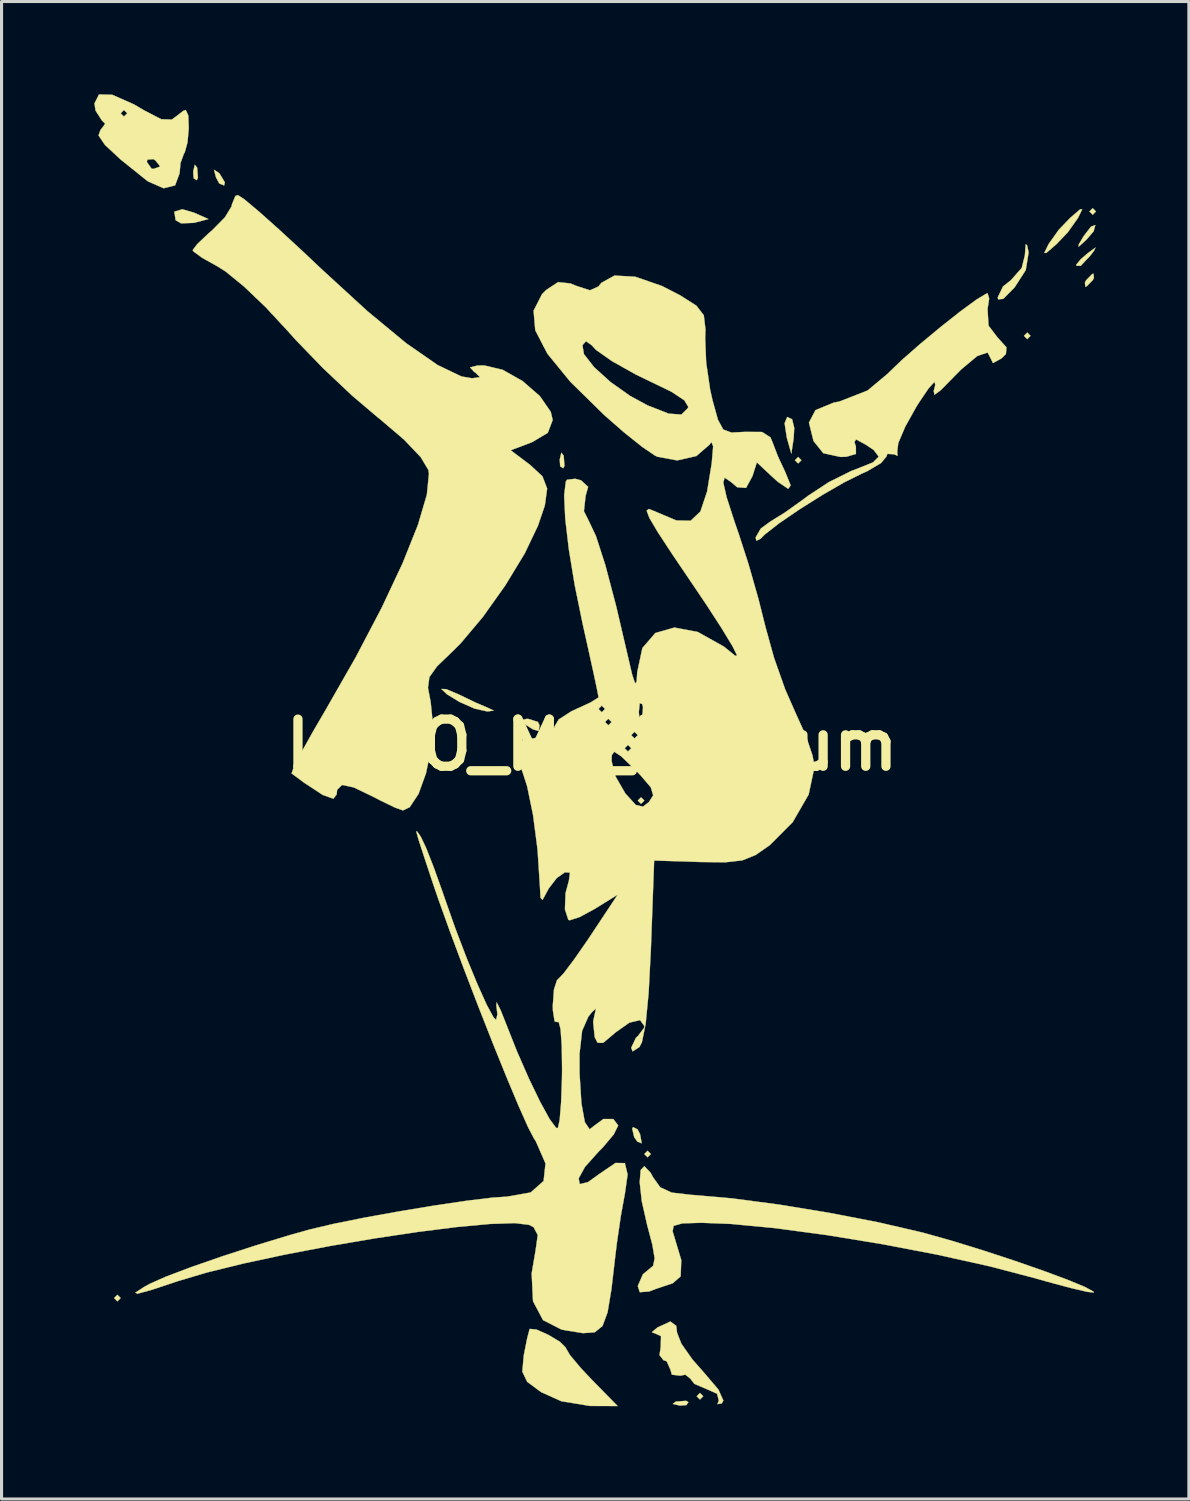
<source format=kicad_pcb>
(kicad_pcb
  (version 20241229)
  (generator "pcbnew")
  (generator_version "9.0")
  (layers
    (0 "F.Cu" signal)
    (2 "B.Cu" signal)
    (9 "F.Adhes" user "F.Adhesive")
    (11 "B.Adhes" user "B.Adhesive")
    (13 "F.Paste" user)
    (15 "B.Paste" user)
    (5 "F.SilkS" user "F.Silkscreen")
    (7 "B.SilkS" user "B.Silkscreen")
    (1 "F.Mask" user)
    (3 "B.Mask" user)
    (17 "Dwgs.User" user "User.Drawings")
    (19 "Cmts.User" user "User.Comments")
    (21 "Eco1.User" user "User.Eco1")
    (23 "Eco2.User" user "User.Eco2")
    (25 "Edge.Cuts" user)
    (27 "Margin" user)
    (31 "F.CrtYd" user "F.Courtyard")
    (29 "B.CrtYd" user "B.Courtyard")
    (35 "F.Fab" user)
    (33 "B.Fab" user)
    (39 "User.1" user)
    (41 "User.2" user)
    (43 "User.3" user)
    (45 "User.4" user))
  (footprint "LOGO_MJ_Medium"
    (layer "F.Cu")
    (at 16.092 21.039)
    (property "Reference" "LOGO_MJ_Medium" (at 0 0 0) (layer "F.SilkS") (effects (font (size 1.524 1.524) (thickness 0.3))))
    (attr through_hole)
    (fp_poly (pts (xy -15.24 17.886) (xy -15.346 17.992) (xy -15.452 17.886) (xy -15.346 17.78) (xy -15.24 17.886)) (stroke (width 0.01) (type solid)) (fill yes) (layer "F.SilkS"))
    (fp_poly (pts (xy 1.693 1.799) (xy 1.587 1.905) (xy 1.482 1.799) (xy 1.587 1.693) (xy 1.693 1.799)) (stroke (width 0.01) (type solid)) (fill yes) (layer "F.SilkS"))
    (fp_poly (pts (xy 1.905 13.229) (xy 1.799 13.335) (xy 1.693 13.229) (xy 1.799 13.123) (xy 1.905 13.229)) (stroke (width 0.01) (type solid)) (fill yes) (layer "F.SilkS"))
    (fp_poly (pts (xy 3.598 21.061) (xy 3.493 21.167) (xy 3.387 21.061) (xy 3.493 20.955) (xy 3.598 21.061)) (stroke (width 0.01) (type solid)) (fill yes) (layer "F.SilkS"))
    (fp_poly (pts (xy 6.773 -9.207) (xy 6.668 -9.102) (xy 6.562 -9.207) (xy 6.668 -9.313) (xy 6.773 -9.207)) (stroke (width 0.01) (type solid)) (fill yes) (layer "F.SilkS"))
    (fp_poly (pts (xy 14.182 -13.229) (xy 14.076 -13.123) (xy 13.97 -13.229) (xy 14.076 -13.335) (xy 14.182 -13.229)) (stroke (width 0.01) (type solid)) (fill yes) (layer "F.SilkS"))
    (fp_poly (pts (xy 16.298 -17.251) (xy 16.192 -17.145) (xy 16.087 -17.251) (xy 16.192 -17.357) (xy 16.298 -17.251)) (stroke (width 0.01) (type solid)) (fill yes) (layer "F.SilkS"))
    (fp_poly (pts (xy -12.767 -18.666) (xy -12.742 -18.336) (xy -12.784 -18.261) (xy -12.88 -18.324) (xy -12.895 -18.538) (xy -12.843 -18.764) (xy -12.767 -18.666)) (stroke (width 0.01) (type solid)) (fill yes) (layer "F.SilkS"))
    (fp_poly (pts (xy -0.914 -9.353) (xy -0.889 -9.022) (xy -0.93 -8.947) (xy -1.027 -9.01) (xy -1.042 -9.225) (xy -0.99 -9.451) (xy -0.914 -9.353)) (stroke (width 0.01) (type solid)) (fill yes) (layer "F.SilkS"))
    (fp_poly (pts (xy 3.118 21.25) (xy 3.055 21.347) (xy 2.84 21.362) (xy 2.614 21.31) (xy 2.712 21.234) (xy 3.043 21.209) (xy 3.118 21.25)) (stroke (width 0.01) (type solid)) (fill yes) (layer "F.SilkS"))
    (fp_poly (pts (xy -12.871 -17.214) (xy -12.402 -17.005) (xy -12.868 -16.883) (xy -13.284 -16.866) (xy -13.462 -16.967) (xy -13.506 -17.244) (xy -13.246 -17.322) (xy -12.871 -17.214)) (stroke (width 0.01) (type solid)) (fill yes) (layer "F.SilkS"))
    (fp_poly (pts (xy -12.067 -18.499) (xy -12.039 -18.471) (xy -11.872 -18.194) (xy -11.894 -18.092) (xy -12.052 -18.155) (xy -12.157 -18.353) (xy -12.222 -18.6) (xy -12.067 -18.499)) (stroke (width 0.01) (type solid)) (fill yes) (layer "F.SilkS"))
    (fp_poly (pts (xy 1.475 12.431) (xy 1.555 12.585) (xy 1.609 12.883) (xy 1.467 12.825) (xy 1.367 12.686) (xy 1.302 12.409) (xy 1.328 12.359) (xy 1.475 12.431)) (stroke (width 0.01) (type solid)) (fill yes) (layer "F.SilkS"))
    (fp_poly (pts (xy 6.473 -10.531) (xy 6.541 -10.249) (xy 6.522 -9.914) (xy 6.447 -9.419) (xy 6.301 -9.939) (xy 6.23 -10.4) (xy 6.313 -10.606) (xy 6.473 -10.531)) (stroke (width 0.01) (type solid)) (fill yes) (layer "F.SilkS"))
    (fp_poly (pts (xy 16.223 -16.611) (xy 15.997 -16.346) (xy 15.737 -16.109) (xy 15.743 -16.186) (xy 15.896 -16.447) (xy 16.137 -16.76) (xy 16.278 -16.813) (xy 16.223 -16.611)) (stroke (width 0.01) (type solid)) (fill yes) (layer "F.SilkS"))
    (fp_poly (pts (xy -1.75 -0.746) (xy -1.693 -0.635) (xy -1.726 -0.45) (xy -1.909 -0.505) (xy -2.117 -0.635) (xy -2.311 -0.799) (xy -2.111 -0.843) (xy -2.064 -0.843) (xy -1.75 -0.746)) (stroke (width 0.01) (type solid)) (fill yes) (layer "F.SilkS"))
    (fp_poly (pts (xy 16.232 -15.975) (xy 16.114 -15.822) (xy 15.805 -15.493) (xy 15.667 -15.494) (xy 15.663 -15.532) (xy 15.808 -15.708) (xy 16.034 -15.902) (xy 16.284 -16.085) (xy 16.232 -15.975)) (stroke (width 0.01) (type solid)) (fill yes) (layer "F.SilkS"))
    (fp_poly (pts (xy 16.232 -15.103) (xy 16.192 -15.028) (xy 15.993 -14.826) (xy 15.956 -14.817) (xy 15.941 -14.953) (xy 15.981 -15.028) (xy 16.18 -15.23) (xy 16.217 -15.24) (xy 16.232 -15.103)) (stroke (width 0.01) (type solid)) (fill yes) (layer "F.SilkS"))
    (fp_poly (pts (xy 15.853 -17.32) (xy 15.714 -17.037) (xy 15.386 -16.575) (xy 15.017 -16.19) (xy 14.692 -15.91) (xy 14.627 -15.912) (xy 14.766 -16.195) (xy 15.094 -16.657) (xy 15.463 -17.042) (xy 15.788 -17.322) (xy 15.853 -17.32)) (stroke (width 0.01) (type solid)) (fill yes) (layer "F.SilkS"))
    (fp_poly (pts (xy 14.071 -16.155) (xy 14.12 -15.924) (xy 14.028 -15.355) (xy 13.668 -14.796) (xy 13.303 -14.426) (xy 13.134 -14.408) (xy 13.123 -14.475) (xy 13.292 -14.826) (xy 13.547 -15.028) (xy 13.897 -15.425) (xy 13.999 -15.83) (xy 14.027 -16.194) (xy 14.071 -16.155)) (stroke (width 0.01) (type solid)) (fill yes) (layer "F.SilkS"))
    (fp_poly (pts (xy -4.706 -1.802) (xy -4.312 -1.635) (xy -4.286 -1.622) (xy -3.761 -1.37) (xy -3.387 -1.21) (xy -3.175 -1.111) (xy -3.366 -1.084) (xy -3.387 -1.084) (xy -3.792 -1.174) (xy -4.286 -1.391) (xy -4.691 -1.64) (xy -4.868 -1.808) (xy -4.868 -1.811) (xy -4.706 -1.802)) (stroke (width 0.01) (type solid)) (fill yes) (layer "F.SilkS"))
    (fp_poly (pts (xy -1.796 18.904) (xy -1.412 19.074) (xy -1.037 19.299) (xy -0.848 19.486) (xy -0.847 19.499) (xy -0.71 19.731) (xy -0.356 20.154) (xy -0.008 20.523) (xy 0.83 21.378) (xy -0.061 21.375) (xy -0.991 21.223) (xy -1.646 20.927) (xy -2.094 20.595) (xy -2.252 20.266) (xy -2.206 19.752) (xy -2.2 19.714) (xy -2.097 19.197) (xy -2.02 18.902) (xy -2.01 18.883) (xy -1.796 18.904)) (stroke (width 0.01) (type solid)) (fill yes) (layer "F.SilkS"))
    (fp_poly (pts (xy 2.727 18.785) (xy 2.752 19.007) (xy 2.891 19.362) (xy 3.251 19.874) (xy 3.596 20.266) (xy 4.089 20.844) (xy 4.249 21.201) (xy 4.198 21.294) (xy 4.055 21.316) (xy 4.103 21.206) (xy 4.047 20.981) (xy 3.713 20.832) (xy 3.312 20.661) (xy 3.175 20.486) (xy 3.02 20.364) (xy 2.857 20.397) (xy 2.584 20.364) (xy 2.54 20.208) (xy 2.416 19.93) (xy 2.314 19.897) (xy 2.184 19.732) (xy 2.223 19.473) (xy 2.233 19.119) (xy 2.078 19.047) (xy 1.935 18.99) (xy 2.117 18.838) (xy 2.536 18.645) (xy 2.727 18.785)) (stroke (width 0.01) (type solid)) (fill yes) (layer "F.SilkS"))
    (fp_poly (pts (xy -15.512 -21.024) (xy -14.814 -20.716) (xy -14.472 -20.515) (xy -13.924 -20.233) (xy -13.588 -20.223) (xy -13.489 -20.293) (xy -13.214 -20.505) (xy -13.134 -20.532) (xy -13.053 -20.354) (xy -13.037 -19.943) (xy -13.079 -19.482) (xy -13.169 -19.156) (xy -13.195 -19.119) (xy -13.305 -18.818) (xy -13.335 -18.486) (xy -13.479 -18.095) (xy -13.851 -18.001) (xy -14.355 -18.222) (xy -14.41 -18.263) (xy -15.142 -18.851) (xy -14.393 -18.851) (xy -14.24 -18.635) (xy -14.182 -18.627) (xy -13.976 -18.699) (xy -13.97 -18.72) (xy -14.118 -18.901) (xy -14.182 -18.944) (xy -14.377 -18.927) (xy -14.393 -18.851) (xy -15.142 -18.851) (xy -15.241 -18.93) (xy -15.747 -19.401) (xy -15.955 -19.708) (xy -15.895 -19.884) (xy -15.889 -19.888) (xy -15.741 -20.087) (xy -15.852 -20.2) (xy -15.996 -20.426) (xy -15.24 -20.426) (xy -15.134 -20.32) (xy -15.028 -20.426) (xy -15.134 -20.532) (xy -15.24 -20.426) (xy -15.996 -20.426) (xy -16.052 -20.513) (xy -16.087 -20.744) (xy -15.941 -21.034) (xy -15.512 -21.024)) (stroke (width 0.01) (type solid)) (fill yes) (layer "F.SilkS"))
    (fp_poly (pts (xy 1.897 13.835) (xy 1.974 13.978) (xy 2.208 14.305) (xy 2.579 14.476) (xy 3.226 14.551) (xy 3.286 14.554) (xy 4.54 14.664) (xy 6.054 14.864) (xy 7.679 15.131) (xy 9.267 15.438) (xy 10.67 15.763) (xy 10.795 15.796) (xy 11.679 16.046) (xy 12.657 16.348) (xy 13.65 16.674) (xy 14.581 16.998) (xy 15.371 17.291) (xy 15.943 17.527) (xy 16.219 17.678) (xy 16.229 17.708) (xy 16.01 17.684) (xy 15.48 17.56) (xy 14.736 17.361) (xy 14.34 17.248) (xy 12.852 16.858) (xy 11.163 16.483) (xy 9.377 16.142) (xy 7.6 15.851) (xy 5.935 15.627) (xy 4.488 15.489) (xy 3.536 15.452) (xy 2.921 15.471) (xy 2.641 15.552) (xy 2.608 15.731) (xy 2.638 15.822) (xy 2.888 16.658) (xy 2.869 17.184) (xy 2.613 17.408) (xy 2.064 17.591) (xy 1.852 17.673) (xy 1.547 17.697) (xy 1.482 17.496) (xy 1.647 17.117) (xy 1.811 16.982) (xy 1.98 16.84) (xy 2.027 16.6) (xy 1.952 16.156) (xy 1.781 15.508) (xy 1.61 14.75) (xy 1.544 14.142) (xy 1.575 13.745) (xy 1.695 13.622) (xy 1.897 13.835)) (stroke (width 0.01) (type solid)) (fill yes) (layer "F.SilkS"))
    (fp_poly (pts (xy 12.845 -14.431) (xy 12.793 -14.1) (xy 12.824 -13.558) (xy 13.113 -13.179) (xy 13.404 -12.857) (xy 13.386 -12.64) (xy 13.236 -12.494) (xy 12.967 -12.349) (xy 12.912 -12.462) (xy 12.795 -12.689) (xy 12.462 -12.578) (xy 11.936 -12.139) (xy 11.706 -11.906) (xy 11.276 -11.469) (xy 11.076 -11.323) (xy 11.052 -11.446) (xy 11.101 -11.642) (xy 11.079 -11.743) (xy 10.883 -11.527) (xy 10.554 -11.039) (xy 10.491 -10.938) (xy 10.129 -10.288) (xy 9.906 -9.764) (xy 9.871 -9.478) (xy 9.872 -9.477) (xy 9.882 -9.349) (xy 9.769 -9.399) (xy 9.552 -9.412) (xy 9.525 -9.329) (xy 9.348 -9.116) (xy 8.906 -8.854) (xy 8.731 -8.776) (xy 8.168 -8.497) (xy 7.458 -8.087) (xy 6.715 -7.62) (xy 6.053 -7.168) (xy 5.587 -6.804) (xy 5.454 -6.668) (xy 5.314 -6.602) (xy 5.295 -6.713) (xy 5.46 -6.998) (xy 5.768 -7.224) (xy 6.239 -7.516) (xy 6.824 -7.933) (xy 6.985 -8.055) (xy 7.662 -8.5) (xy 8.389 -8.861) (xy 8.52 -8.91) (xy 9.087 -9.136) (xy 9.274 -9.322) (xy 9.11 -9.538) (xy 8.859 -9.707) (xy 8.54 -9.88) (xy 8.487 -9.794) (xy 8.535 -9.652) (xy 8.536 -9.409) (xy 8.227 -9.319) (xy 8.032 -9.313) (xy 7.481 -9.434) (xy 7.164 -9.829) (xy 7.017 -10.424) (xy 7.227 -10.826) (xy 7.818 -11.07) (xy 8.001 -11.105) (xy 8.912 -11.461) (xy 9.55 -11.994) (xy 10.009 -12.436) (xy 10.616 -12.969) (xy 11.283 -13.522) (xy 11.921 -14.026) (xy 12.442 -14.407) (xy 12.757 -14.596) (xy 12.794 -14.605) (xy 12.845 -14.431)) (stroke (width 0.01) (type solid)) (fill yes) (layer "F.SilkS"))
    (fp_poly (pts (xy -11.237 -17.641) (xy -10.778 -17.256) (xy -10.125 -16.675) (xy -9.335 -15.946) (xy -8.75 -15.393) (xy -7.259 -14.026) (xy -6.005 -12.989) (xy -4.991 -12.285) (xy -4.221 -11.916) (xy -3.878 -11.857) (xy -3.623 -11.892) (xy -3.767 -12.037) (xy -3.81 -12.065) (xy -3.942 -12.208) (xy -3.712 -12.267) (xy -3.488 -12.273) (xy -2.889 -12.132) (xy -2.246 -11.769) (xy -1.686 -11.282) (xy -1.332 -10.772) (xy -1.27 -10.508) (xy -1.427 -10.093) (xy -1.94 -9.788) (xy -1.949 -9.785) (xy -2.627 -9.529) (xy -1.994 -9.051) (xy -1.601 -8.686) (xy -1.449 -8.292) (xy -1.523 -7.747) (xy -1.745 -7.091) (xy -2.173 -6.194) (xy -2.802 -5.159) (xy -3.528 -4.138) (xy -4.247 -3.284) (xy -4.507 -3.026) (xy -5.011 -2.54) (xy -5.257 -2.194) (xy -5.303 -1.85) (xy -5.215 -1.383) (xy -5.143 -0.675) (xy -5.203 0.128) (xy -5.367 0.917) (xy -5.607 1.582) (xy -5.893 2.013) (xy -6.114 2.117) (xy -6.37 2.025) (xy -6.846 1.795) (xy -7.04 1.693) (xy -7.703 1.373) (xy -8.082 1.294) (xy -8.24 1.451) (xy -8.255 1.602) (xy -8.363 1.739) (xy -8.705 1.617) (xy -9.309 1.221) (xy -9.713 0.921) (xy -9.646 0.726) (xy -9.399 0.245) (xy -9.015 -0.443) (xy -8.628 -1.105) (xy -7.638 -2.837) (xy -6.796 -4.444) (xy -6.12 -5.883) (xy -5.628 -7.113) (xy -5.339 -8.091) (xy -5.271 -8.774) (xy -5.289 -8.889) (xy -5.535 -9.303) (xy -6.079 -9.875) (xy -6.86 -10.54) (xy -6.915 -10.582) (xy -7.753 -11.293) (xy -8.693 -12.18) (xy -9.574 -13.091) (xy -9.853 -13.402) (xy -10.551 -14.155) (xy -11.25 -14.822) (xy -11.845 -15.308) (xy -12.102 -15.471) (xy -12.597 -15.747) (xy -12.883 -15.954) (xy -12.912 -15.999) (xy -12.765 -16.195) (xy -12.401 -16.541) (xy -12.277 -16.648) (xy -11.867 -17.064) (xy -11.651 -17.421) (xy -11.642 -17.481) (xy -11.531 -17.751) (xy -11.448 -17.78) (xy -11.237 -17.641)) (stroke (width 0.01) (type solid)) (fill yes) (layer "F.SilkS"))
    (fp_poly (pts (xy 1.401 -15.14) (xy 2.265 -14.841) (xy 2.857 -14.536) (xy 3.378 -14.204) (xy 3.617 -13.894) (xy 3.671 -13.436) (xy 3.662 -13.139) (xy 3.693 -12.37) (xy 3.822 -11.488) (xy 3.9 -11.141) (xy 4.075 -10.513) (xy 4.247 -10.198) (xy 4.513 -10.101) (xy 4.948 -10.124) (xy 5.501 -10.12) (xy 5.771 -9.947) (xy 5.832 -9.806) (xy 6.013 -9.334) (xy 6.245 -8.837) (xy 6.426 -8.393) (xy 6.347 -8.282) (xy 6.014 -8.506) (xy 5.802 -8.696) (xy 5.332 -9.138) (xy 5.192 -8.696) (xy 4.983 -8.311) (xy 4.696 -8.333) (xy 4.487 -8.509) (xy 4.292 -8.643) (xy 4.246 -8.487) (xy 4.354 -8.012) (xy 4.621 -7.186) (xy 4.742 -6.839) (xy 5.063 -5.847) (xy 5.387 -4.71) (xy 5.613 -3.81) (xy 5.887 -2.821) (xy 6.247 -1.801) (xy 6.586 -1.031) (xy 6.913 -0.309) (xy 7.134 0.345) (xy 7.197 0.708) (xy 7.008 1.602) (xy 6.492 2.497) (xy 5.752 3.24) (xy 5.293 3.559) (xy 4.864 3.732) (xy 4.314 3.795) (xy 3.495 3.786) (xy 2.011 3.738) (xy 1.905 6.622) (xy 1.833 8.018) (xy 1.737 9.019) (xy 1.615 9.614) (xy 1.535 9.769) (xy 1.313 9.911) (xy 1.27 9.791) (xy 1.426 9.462) (xy 1.482 9.419) (xy 1.685 9.149) (xy 1.693 9.089) (xy 1.557 8.899) (xy 1.211 8.98) (xy 0.749 9.306) (xy 0.707 9.345) (xy 0.361 9.634) (xy 0.183 9.632) (xy 0.089 9.451) (xy 0.038 8.951) (xy 0.084 8.731) (xy 0.132 8.521) (xy -0.007 8.649) (xy -0.115 8.784) (xy -0.318 9.244) (xy -0.402 9.987) (xy -0.401 10.622) (xy -0.341 11.588) (xy -0.23 12.198) (xy -0.075 12.429) (xy 0.092 12.299) (xy 0.37 12.096) (xy 0.691 12.098) (xy 0.847 12.302) (xy 0.847 12.307) (xy 0.705 12.594) (xy 0.351 13.016) (xy 0.212 13.155) (xy -0.227 13.647) (xy -0.429 14.016) (xy -0.396 14.201) (xy -0.133 14.139) (xy 0.242 13.871) (xy 0.762 13.517) (xy 1.064 13.522) (xy 1.153 13.89) (xy 1.067 14.499) (xy 0.935 15.224) (xy 0.807 16.1) (xy 0.757 16.51) (xy 0.629 17.609) (xy 0.505 18.349) (xy 0.341 18.79) (xy 0.091 18.994) (xy -0.288 19.021) (xy -0.841 18.932) (xy -0.99 18.903) (xy -1.583 18.599) (xy -1.906 17.987) (xy -1.95 17.089) (xy -1.824 16.351) (xy -1.753 15.849) (xy -1.886 15.595) (xy -2.034 15.519) (xy -2.495 15.463) (xy -3.297 15.49) (xy -4.368 15.589) (xy -5.637 15.749) (xy -7.031 15.958) (xy -8.48 16.205) (xy -9.912 16.478) (xy -11.255 16.766) (xy -12.437 17.056) (xy -13.387 17.338) (xy -13.431 17.353) (xy -14.254 17.626) (xy -14.696 17.746) (xy -14.768 17.713) (xy -14.485 17.528) (xy -14.302 17.427) (xy -13.788 17.198) (xy -12.972 16.889) (xy -11.961 16.538) (xy -10.862 16.181) (xy -9.78 15.852) (xy -9.116 15.666) (xy -8.353 15.486) (xy -7.354 15.285) (xy -6.229 15.082) (xy -5.09 14.893) (xy -4.048 14.739) (xy -3.212 14.638) (xy -2.741 14.606) (xy -1.983 14.472) (xy -1.564 14.101) (xy -1.502 13.535) (xy -1.816 12.815) (xy -1.871 12.733) (xy -2.062 12.369) (xy -2.368 11.683) (xy -2.76 10.749) (xy -3.208 9.642) (xy -3.682 8.437) (xy -4.154 7.208) (xy -4.593 6.031) (xy -4.97 4.981) (xy -5.153 4.445) (xy -5.438 3.585) (xy -5.607 3.064) (xy -5.677 2.818) (xy -5.663 2.784) (xy -5.582 2.898) (xy -5.531 2.976) (xy -5.365 3.325) (xy -5.117 3.956) (xy -4.833 4.748) (xy -4.761 4.958) (xy -4.419 5.929) (xy -4.056 6.881) (xy -3.706 7.732) (xy -3.404 8.402) (xy -3.184 8.807) (xy -3.101 8.89) (xy -3.058 8.714) (xy -3.093 8.414) (xy -3.079 8.324) (xy -2.952 8.578) (xy -2.785 8.999) (xy -2.423 9.912) (xy -2.04 10.785) (xy -1.676 11.54) (xy -1.37 12.097) (xy -1.161 12.38) (xy -1.103 12.392) (xy -1.045 12.137) (xy -0.998 11.566) (xy -0.97 10.786) (xy -0.966 10.494) (xy -0.977 9.724) (xy -1.016 9.183) (xy -1.078 8.95) (xy -1.108 8.964) (xy -1.207 8.942) (xy -1.263 8.589) (xy -1.267 8.431) (xy -1.228 7.906) (xy -1.129 7.604) (xy -1.105 7.585) (xy -0.915 7.385) (xy -0.567 6.923) (xy -0.129 6.292) (xy -0.054 6.179) (xy 0.831 4.843) (xy 0.087 5.303) (xy -0.398 5.566) (xy -0.716 5.669) (xy -0.763 5.657) (xy -0.874 5.316) (xy -0.854 4.792) (xy -0.746 4.39) (xy -0.711 4.13) (xy -0.876 4.118) (xy -1.139 4.305) (xy -1.398 4.642) (xy -1.441 4.722) (xy -1.597 5.011) (xy -1.663 4.943) (xy -1.684 4.551) (xy -1.76 3.383) (xy -1.905 2.265) (xy -2.096 1.338) (xy -2.238 0.896) (xy -2.381 0.522) (xy 0.635 0.522) (xy 0.763 1.019) (xy 1.073 1.558) (xy 1.087 1.576) (xy 1.418 1.941) (xy 1.649 1.994) (xy 1.84 1.849) (xy 1.98 1.629) (xy 1.902 1.37) (xy 1.561 0.971) (xy 1.388 0.795) (xy 0.946 0.368) (xy 0.722 0.221) (xy 0.643 0.327) (xy 0.635 0.522) (xy -2.381 0.522) (xy -2.462 0.311) (xy -2.476 0.106) (xy 1.058 0.106) (xy 1.164 0.212) (xy 1.27 0.106) (xy 1.164 0) (xy 1.058 0.106) (xy -2.476 0.106) (xy -2.483 0.003) (xy -2.263 -0.141) (xy -1.86 -0.218) (xy -1.544 -0.318) (xy 1.27 -0.318) (xy 1.376 -0.212) (xy 1.482 -0.318) (xy 1.376 -0.423) (xy 1.27 -0.318) (xy -1.544 -0.318) (xy -1.402 -0.362) (xy -1.214 -0.563) (xy -1.216 -0.586) (xy -1.124 -0.741) (xy 0.423 -0.741) (xy 0.529 -0.635) (xy 0.635 -0.741) (xy 0.529 -0.847) (xy 0.423 -0.741) (xy -1.124 -0.741) (xy -1.075 -0.824) (xy -0.659 -1.092) (xy -0.528 -1.151) (xy -0.5 -1.164) (xy 0.212 -1.164) (xy 0.318 -1.058) (xy 1.515 -1.058) (xy 1.548 -0.758) (xy 1.622 -0.794) (xy 1.65 -1.227) (xy 1.622 -1.323) (xy 1.545 -1.35) (xy 1.515 -1.058) (xy 0.318 -1.058) (xy 0.423 -1.164) (xy 0.318 -1.27) (xy 0.212 -1.164) (xy -0.5 -1.164) (xy -0.052 -1.37) (xy 0.2 -1.527) (xy 0.212 -1.548) (xy 0.168 -1.778) (xy 0.05 -2.333) (xy -0.125 -3.128) (xy -0.306 -3.94) (xy -0.559 -5.177) (xy -0.748 -6.328) (xy -0.864 -7.318) (xy -0.899 -8.071) (xy -0.846 -8.512) (xy -0.809 -8.575) (xy -0.542 -8.607) (xy -0.352 -8.556) (xy -0.123 -8.346) (xy -0.205 -8.055) (xy -0.26 -7.558) (xy -0.121 -7.282) (xy 0.129 -6.756) (xy 0.431 -5.822) (xy 0.782 -4.492) (xy 1.139 -2.963) (xy 1.298 -2.283) (xy 1.395 -1.988) (xy 1.445 -2.049) (xy 1.463 -2.348) (xy 1.63 -3.134) (xy 2.05 -3.62) (xy 2.666 -3.796) (xy 3.424 -3.652) (xy 4.268 -3.18) (xy 4.632 -2.884) (xy 4.694 -2.891) (xy 4.541 -3.199) (xy 4.2 -3.762) (xy 3.701 -4.532) (xy 3.284 -5.151) (xy 2.593 -6.172) (xy 2.124 -6.889) (xy 1.856 -7.343) (xy 1.768 -7.576) (xy 1.839 -7.631) (xy 2.048 -7.55) (xy 2.081 -7.533) (xy 2.732 -7.259) (xy 3.192 -7.25) (xy 3.507 -7.549) (xy 3.723 -8.193) (xy 3.872 -9.102) (xy 3.919 -9.653) (xy 3.865 -9.795) (xy 3.799 -9.707) (xy 3.377 -9.342) (xy 2.756 -9.201) (xy 2.115 -9.32) (xy 2.031 -9.361) (xy 1.623 -9.639) (xy 1.036 -10.108) (xy 0.407 -10.658) (xy -0.698 -11.742) (xy -1.44 -12.65) (xy -1.585 -12.928) (xy -0.307 -12.928) (xy -0.26 -12.638) (xy 0.07 -12.216) (xy 0.597 -11.738) (xy 1.237 -11.285) (xy 1.799 -10.98) (xy 2.482 -10.713) (xy 2.891 -10.684) (xy 3.099 -10.889) (xy 3.115 -10.932) (xy 2.987 -11.144) (xy 2.58 -11.415) (xy 2.387 -11.51) (xy 1.421 -11.976) (xy 0.642 -12.414) (xy 0.131 -12.774) (xy -0.008 -12.924) (xy -0.192 -13.054) (xy -0.307 -12.928) (xy -1.585 -12.928) (xy -1.833 -13.408) (xy -1.888 -14.041) (xy -1.616 -14.575) (xy -1.481 -14.712) (xy -1.096 -14.966) (xy -0.693 -14.923) (xy -0.504 -14.844) (xy -0.066 -14.702) (xy 0.206 -14.822) (xy 0.308 -14.946) (xy 0.728 -15.178) (xy 1.401 -15.14)) (stroke (width 0.01) (type solid)) (fill yes) (layer "F.SilkS")))
  (gr_rect
    (start -3 -3)
    (end 35.395 45.423)
    (stroke (width 0.1) (type default))
    (fill no)
    (layer "Edge.Cuts")))
</source>
